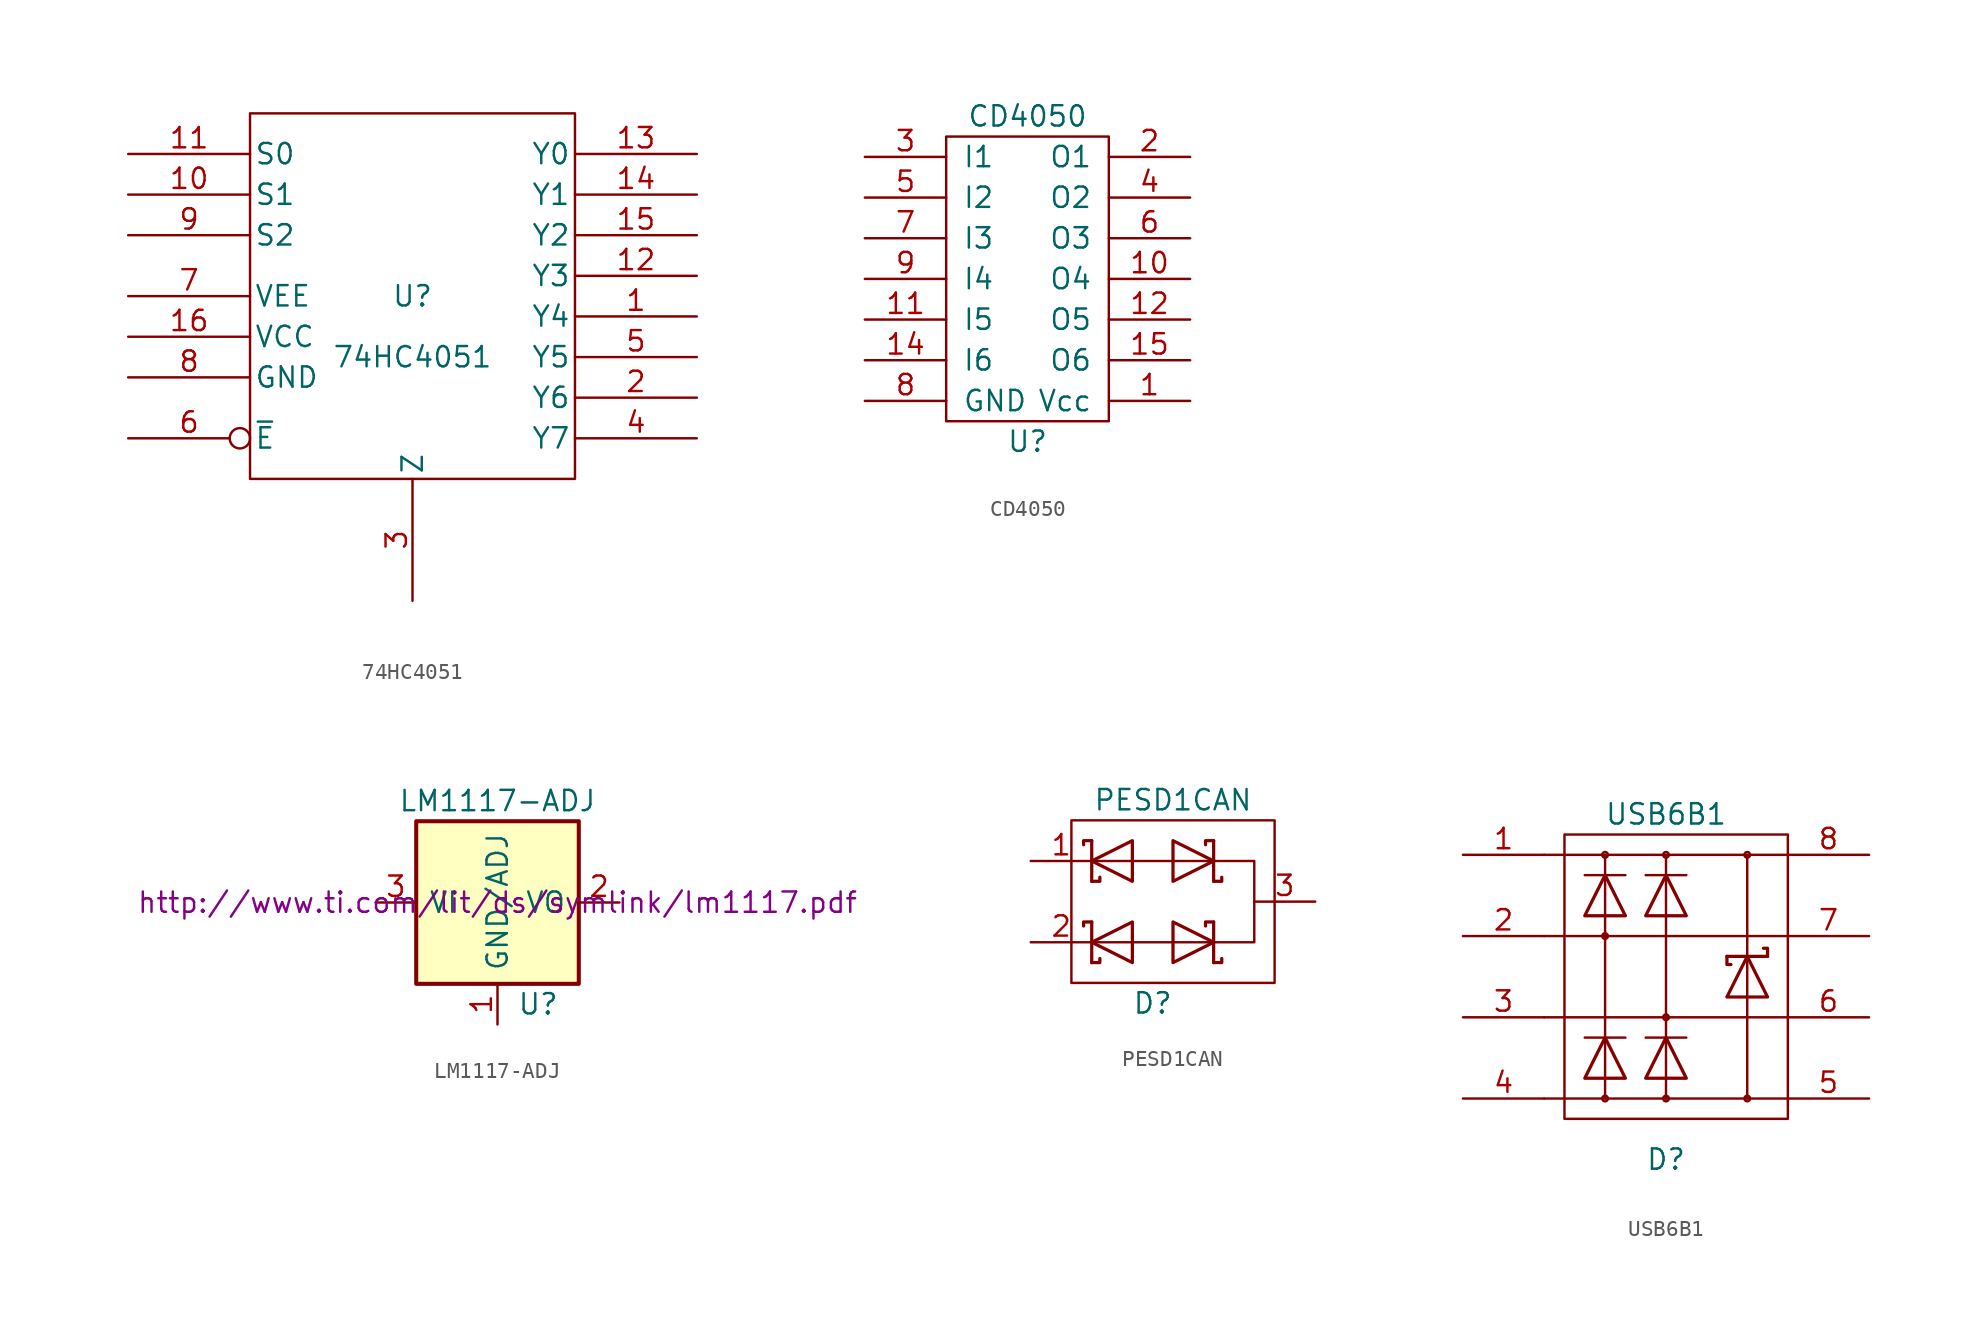
<source format=kicad_sym>
(kicad_symbol_lib
  (version 20231120)
  (generator "kicad_symbol_editor")
  (generator_version "8.99")
  (symbol "74HC4051"
    (pin_names
      (offset 0.254))
    (property "Reference" "U"
      (at 0 0 0)
      (effects (font (size 1.27 1.27))))
    (property "Value" "74HC4051"
      (at 0 -3.81 0)
      (effects (font (size 1.27 1.27))))
    (property "Footprint" ""
      (at 0 0 0)
      (effects (font (size 1.27 1.27))))
    (property "Datasheet" ""
      (at 0 0 0)
      (effects (font (size 1.27 1.27))))
    (symbol "74HC4051_0_1"
      (rectangle (start -10.16 11.43) (end 10.16 -11.43) (stroke (width 0) (type default)) (fill (type none))))
    (symbol "74HC4051_1_1"
      (pin bidirectional line (at 17.78 -1.27 180) (length 7.62) (name "Y4" (effects (font (size 1.27 1.27)))) (number "1" (effects (font (size 1.27 1.27)))))
      (pin input line (at -17.78 6.35 0) (length 7.62) (name "S1" (effects (font (size 1.27 1.27)))) (number "10" (effects (font (size 1.27 1.27)))))
      (pin input line (at -17.78 8.89 0) (length 7.62) (name "S0" (effects (font (size 1.27 1.27)))) (number "11" (effects (font (size 1.27 1.27)))))
      (pin bidirectional line (at 17.78 1.27 180) (length 7.62) (name "Y3" (effects (font (size 1.27 1.27)))) (number "12" (effects (font (size 1.27 1.27)))))
      (pin bidirectional line (at 17.78 8.89 180) (length 7.62) (name "Y0" (effects (font (size 1.27 1.27)))) (number "13" (effects (font (size 1.27 1.27)))))
      (pin bidirectional line (at 17.78 6.35 180) (length 7.62) (name "Y1" (effects (font (size 1.27 1.27)))) (number "14" (effects (font (size 1.27 1.27)))))
      (pin bidirectional line (at 17.78 3.81 180) (length 7.62) (name "Y2" (effects (font (size 1.27 1.27)))) (number "15" (effects (font (size 1.27 1.27)))))
      (pin power_in line (at -17.78 -2.54 0) (length 7.62) (name "VCC" (effects (font (size 1.27 1.27)))) (number "16" (effects (font (size 1.27 1.27)))))
      (pin bidirectional line (at 17.78 -6.35 180) (length 7.62) (name "Y6" (effects (font (size 1.27 1.27)))) (number "2" (effects (font (size 1.27 1.27)))))
      (pin bidirectional line (at 0 -19.05 90) (length 7.62) (name "Z" (effects (font (size 1.27 1.27)))) (number "3" (effects (font (size 1.27 1.27)))))
      (pin bidirectional line (at 17.78 -8.89 180) (length 7.62) (name "Y7" (effects (font (size 1.27 1.27)))) (number "4" (effects (font (size 1.27 1.27)))))
      (pin bidirectional line (at 17.78 -3.81 180) (length 7.62) (name "Y5" (effects (font (size 1.27 1.27)))) (number "5" (effects (font (size 1.27 1.27)))))
      (pin input inverted (at -17.78 -8.89 0) (length 7.62) (name "~{E}" (effects (font (size 1.27 1.27)))) (number "6" (effects (font (size 1.27 1.27)))))
      (pin power_in line (at -17.78 0 0) (length 7.62) (name "VEE" (effects (font (size 1.27 1.27)))) (number "7" (effects (font (size 1.27 1.27)))))
      (pin power_in line (at -17.78 -5.08 0) (length 7.62) (name "GND" (effects (font (size 1.27 1.27)))) (number "8" (effects (font (size 1.27 1.27)))))
      (pin input line (at -17.78 3.81 0) (length 7.62) (name "S2" (effects (font (size 1.27 1.27)))) (number "9" (effects (font (size 1.27 1.27)))))))
  (symbol "CD4050"
    (pin_names
      (offset 1.016))
    (property "Reference" "U"
      (at 0 -10.16 0)
      (effects (font (size 1.27 1.27))))
    (property "Value" "CD4050"
      (at 0 10.16 0)
      (effects (font (size 1.27 1.27))))
    (symbol "CD4050_0_1"
      (rectangle (start -5.08 8.89) (end 5.08 -8.89) (stroke (width 0) (type default)) (fill (type none))))
    (symbol "CD4050_1_1"
      (pin power_in line (at 10.16 -7.62 180) (length 5.08) (name "Vcc" (effects (font (size 1.27 1.27)))) (number "1" (effects (font (size 1.27 1.27)))))
      (pin output line (at 10.16 0 180) (length 5.08) (name "O4" (effects (font (size 1.27 1.27)))) (number "10" (effects (font (size 1.27 1.27)))))
      (pin input line (at -10.16 -2.54 0) (length 5.08) (name "I5" (effects (font (size 1.27 1.27)))) (number "11" (effects (font (size 1.27 1.27)))))
      (pin output line (at 10.16 -2.54 180) (length 5.08) (name "O5" (effects (font (size 1.27 1.27)))) (number "12" (effects (font (size 1.27 1.27)))))
      (pin input line (at -10.16 -5.08 0) (length 5.08) (name "I6" (effects (font (size 1.27 1.27)))) (number "14" (effects (font (size 1.27 1.27)))))
      (pin output line (at 10.16 -5.08 180) (length 5.08) (name "O6" (effects (font (size 1.27 1.27)))) (number "15" (effects (font (size 1.27 1.27)))))
      (pin output line (at 10.16 7.62 180) (length 5.08) (name "O1" (effects (font (size 1.27 1.27)))) (number "2" (effects (font (size 1.27 1.27)))))
      (pin input line (at -10.16 7.62 0) (length 5.08) (name "I1" (effects (font (size 1.27 1.27)))) (number "3" (effects (font (size 1.27 1.27)))))
      (pin output line (at 10.16 5.08 180) (length 5.08) (name "O2" (effects (font (size 1.27 1.27)))) (number "4" (effects (font (size 1.27 1.27)))))
      (pin input line (at -10.16 5.08 0) (length 5.08) (name "I2" (effects (font (size 1.27 1.27)))) (number "5" (effects (font (size 1.27 1.27)))))
      (pin output line (at 10.16 2.54 180) (length 5.08) (name "O3" (effects (font (size 1.27 1.27)))) (number "6" (effects (font (size 1.27 1.27)))))
      (pin input line (at -10.16 2.54 0) (length 5.08) (name "I3" (effects (font (size 1.27 1.27)))) (number "7" (effects (font (size 1.27 1.27)))))
      (pin power_in line (at -10.16 -7.62 0) (length 5.08) (name "GND" (effects (font (size 1.27 1.27)))) (number "8" (effects (font (size 1.27 1.27)))))
      (pin input line (at -10.16 0 0) (length 5.08) (name "I4" (effects (font (size 1.27 1.27)))) (number "9" (effects (font (size 1.27 1.27)))))))
  (symbol "LM1117-ADJ"
    (pin_names
      (offset 0.762))
    (property "Reference" "U"
      (at 2.54 -6.35 0)
      (effects (font (size 1.27 1.27))))
    (property "Value" "LM1117-ADJ"
      (at 0 6.35 0)
      (effects (font (size 1.27 1.27))))
    (property "Footprint" ""
      (at 0 0 0)
      (effects (font (size 1.27 1.27))))
    (property "Datasheet" "http://www.ti.com/lit/ds/symlink/lm1117.pdf"
      (at 0 0 0)
      (effects (font (size 1.27 1.27))))
    (symbol "LM1117-ADJ_0_1"
      (rectangle (start -5.08 -5.08) (end 5.08 5.08) (stroke (width 0.254) (type default)) (fill (type background))))
    (symbol "LM1117-ADJ_1_1"
      (pin power_in line (at 0 -7.62 90) (length 2.54) (name "GND/ADJ" (effects (font (size 1.27 1.27)))) (number "1" (effects (font (size 1.27 1.27)))))
      (pin power_out line (at 7.62 0 180) (length 2.54) (name "VO" (effects (font (size 1.27 1.27)))) (number "2" (effects (font (size 1.27 1.27)))))
      (pin power_in line (at -7.62 0 0) (length 2.54) (name "VI" (effects (font (size 1.27 1.27)))) (number "3" (effects (font (size 1.27 1.27)))))))
  (symbol "PESD1CAN"
    (pin_names
      (offset 0.762) hide)
    (property "Reference" "D"
      (at 0 -8.89 0)
      (effects (font (size 1.27 1.27))))
    (property "Value" "PESD1CAN"
      (at 1.27 3.81 0)
      (effects (font (size 1.27 1.27))))
    (property "Footprint" ""
      (at 0 0 0)
      (effects (font (size 1.27 1.27))))
    (property "Datasheet" ""
      (at 0 0 0)
      (effects (font (size 1.27 1.27))))
    (symbol "PESD1CAN_0_1"
      (rectangle (start -5.08 2.54) (end 7.62 -7.62) (stroke (width 0) (type default)) (fill (type none)))
      (polyline (pts (xy -3.556 -5.08) (xy 3.81 -5.08)) (stroke (width 0) (type default)) (fill (type none)))
      (polyline (pts (xy -3.556 0) (xy 3.81 0)) (stroke (width 0) (type default)) (fill (type none)))
      (polyline (pts (xy -3.81 -3.81) (xy -3.81 -6.35) (xy -3.81 -6.35)) (stroke (width 0.203) (type default)) (fill (type none)))
      (polyline (pts (xy -3.81 1.27) (xy -3.81 -1.27) (xy -3.81 -1.27)) (stroke (width 0.203) (type default)) (fill (type none)))
      (polyline (pts (xy 3.81 -3.81) (xy 3.81 -6.35) (xy 3.81 -6.35)) (stroke (width 0.203) (type default)) (fill (type none)))
      (polyline (pts (xy 3.81 1.27) (xy 3.81 -1.27) (xy 3.81 -1.27)) (stroke (width 0.203) (type default)) (fill (type none)))
      (polyline (pts (xy -3.81 -3.81) (xy -4.318 -3.81) (xy -4.318 -4.064) (xy -4.318 -4.064)) (stroke (width 0.203) (type default)) (fill (type none)))
      (polyline (pts (xy -3.81 1.27) (xy -4.318 1.27) (xy -4.318 1.016) (xy -4.318 1.016)) (stroke (width 0.203) (type default)) (fill (type none)))
      (polyline (pts (xy 3.81 -6.35) (xy 4.318 -6.35) (xy 4.318 -6.096) (xy 4.318 -6.096)) (stroke (width 0.203) (type default)) (fill (type none)))
      (polyline (pts (xy 3.81 -3.81) (xy 3.302 -3.81) (xy 3.302 -4.064) (xy 3.302 -4.064)) (stroke (width 0.203) (type default)) (fill (type none)))
      (polyline (pts (xy 3.81 -1.27) (xy 4.318 -1.27) (xy 4.318 -1.016) (xy 4.318 -1.016)) (stroke (width 0.203) (type default)) (fill (type none)))
      (polyline (pts (xy 3.81 0) (xy 6.35 0) (xy 6.35 -5.08) (xy 3.81 -5.08)) (stroke (width 0) (type default)) (fill (type none)))
      (polyline (pts (xy 3.81 1.27) (xy 3.302 1.27) (xy 3.302 1.016) (xy 3.302 1.016)) (stroke (width 0.203) (type default)) (fill (type none)))
      (polyline (pts (xy -3.302 -6.096) (xy -3.302 -6.35) (xy -3.81 -6.35) (xy -3.81 -6.35) (xy -3.81 -6.35)) (stroke (width 0.203) (type default)) (fill (type none)))
      (polyline (pts (xy -3.302 -1.016) (xy -3.302 -1.27) (xy -3.81 -1.27) (xy -3.81 -1.27) (xy -3.81 -1.27)) (stroke (width 0.203) (type default)) (fill (type none)))
      (polyline (pts (xy -1.27 -6.35) (xy -3.81 -5.08) (xy -1.27 -3.81) (xy -1.27 -6.35) (xy -1.27 -6.35) (xy -1.27 -6.35)) (stroke (width 0.203) (type default)) (fill (type none)))
      (polyline (pts (xy -1.27 -1.27) (xy -3.81 0) (xy -1.27 1.27) (xy -1.27 -1.27) (xy -1.27 -1.27) (xy -1.27 -1.27)) (stroke (width 0.203) (type default)) (fill (type none)))
      (polyline (pts (xy 1.27 -3.81) (xy 3.81 -5.08) (xy 1.27 -6.35) (xy 1.27 -3.81) (xy 1.27 -3.81) (xy 1.27 -3.81)) (stroke (width 0.203) (type default)) (fill (type none)))
      (polyline (pts (xy 1.27 1.27) (xy 3.81 0) (xy 1.27 -1.27) (xy 1.27 1.27) (xy 1.27 1.27) (xy 1.27 1.27)) (stroke (width 0.203) (type default)) (fill (type none)))
      (pin passive line (at -7.62 0 0) (length 3.81) (name "K" (effects (font (size 1.27 1.27)))) (number "1" (effects (font (size 1.27 1.27)))))
      (pin passive line (at -7.62 -5.08 0) (length 3.81) (name "K" (effects (font (size 1.27 1.27)))) (number "2" (effects (font (size 1.27 1.27)))))
      (pin passive line (at 10.16 -2.54 180) (length 3.81) (name "O" (effects (font (size 1.27 1.27)))) (number "3" (effects (font (size 1.27 1.27)))))))
  (symbol "USB6B1"
    (pin_names
      (offset 0.762) hide)
    (property "Reference" "D"
      (at 0 -11.43 0)
      (effects (font (size 1.27 1.27))))
    (property "Value" "USB6B1"
      (at 0 10.16 0)
      (effects (font (size 1.27 1.27))))
    (property "Footprint" ""
      (at 5.08 -2.54 90)
      (effects (font (size 1.27 1.27))))
    (property "Datasheet" ""
      (at 5.08 -2.54 90)
      (effects (font (size 1.27 1.27))))
    (symbol "USB6B1_0_1"
      (rectangle (start -7.62 -2.54) (end 7.62 -2.54) (stroke (width 0) (type default)) (fill (type none)))
      (rectangle (start -7.62 7.62) (end 7.62 7.62) (stroke (width 0) (type default)) (fill (type none)))
      (rectangle (start -5.08 -3.81) (end -2.54 -3.81) (stroke (width 0) (type default)) (fill (type none)))
      (rectangle (start -5.08 6.35) (end -2.54 6.35) (stroke (width 0) (type default)) (fill (type none)))
      (circle (center -3.81 -7.62) (radius 0.178) (stroke (width 0) (type default)) (fill (type none)))
      (circle (center -3.81 2.54) (radius 0.178) (stroke (width 0) (type default)) (fill (type none)))
      (rectangle (start -3.81 7.62) (end -3.81 -7.62) (stroke (width 0) (type default)) (fill (type none)))
      (circle (center -3.81 7.62) (radius 0.178) (stroke (width 0) (type default)) (fill (type none)))
      (rectangle (start -1.27 -3.81) (end 1.27 -3.81) (stroke (width 0) (type default)) (fill (type none)))
      (rectangle (start -1.27 6.35) (end 1.27 6.35) (stroke (width 0) (type default)) (fill (type none)))
      (circle (center 0 -7.62) (radius 0.178) (stroke (width 0) (type default)) (fill (type none)))
      (circle (center 0 -2.54) (radius 0.178) (stroke (width 0) (type default)) (fill (type none)))
      (polyline (pts (xy 3.81 1.27) (xy 6.35 1.27) (xy 6.35 1.27)) (stroke (width 0.203) (type default)) (fill (type none)))
      (polyline (pts (xy 3.81 1.27) (xy 3.81 0.762) (xy 4.064 0.762) (xy 4.064 0.762)) (stroke (width 0.203) (type default)) (fill (type none)))
      (polyline (pts (xy 6.35 1.27) (xy 6.35 1.778) (xy 6.096 1.778) (xy 6.096 1.778)) (stroke (width 0.203) (type default)) (fill (type none)))
      (polyline (pts (xy -6.35 8.89) (xy 7.62 8.89) (xy 7.62 -8.89) (xy -6.35 -8.89) (xy -6.35 8.89)) (stroke (width 0) (type default)) (fill (type none)))
      (polyline (pts (xy -5.08 -6.35) (xy -3.81 -3.81) (xy -2.54 -6.35) (xy -5.08 -6.35) (xy -5.08 -6.35) (xy -5.08 -6.35)) (stroke (width 0.203) (type default)) (fill (type none)))
      (polyline (pts (xy -5.08 3.81) (xy -3.81 6.35) (xy -2.54 3.81) (xy -5.08 3.81) (xy -5.08 3.81) (xy -5.08 3.81)) (stroke (width 0.203) (type default)) (fill (type none)))
      (polyline (pts (xy -1.27 -6.35) (xy 0 -3.81) (xy 1.27 -6.35) (xy -1.27 -6.35) (xy -1.27 -6.35) (xy -1.27 -6.35)) (stroke (width 0.203) (type default)) (fill (type none)))
      (polyline (pts (xy -1.27 3.81) (xy 0 6.35) (xy 1.27 3.81) (xy -1.27 3.81) (xy -1.27 3.81) (xy -1.27 3.81)) (stroke (width 0.203) (type default)) (fill (type none)))
      (polyline (pts (xy 3.81 -1.27) (xy 5.08 1.27) (xy 6.35 -1.27) (xy 3.81 -1.27) (xy 3.81 -1.27) (xy 3.81 -1.27)) (stroke (width 0.203) (type default)) (fill (type none)))
      (rectangle (start 0 7.62) (end 0 -7.62) (stroke (width 0) (type default)) (fill (type none)))
      (circle (center 0 7.62) (radius 0.178) (stroke (width 0) (type default)) (fill (type none)))
      (circle (center 5.08 -7.62) (radius 0.178) (stroke (width 0) (type default)) (fill (type none)))
      (rectangle (start 5.08 7.62) (end 5.08 -7.62) (stroke (width 0) (type default)) (fill (type none)))
      (circle (center 5.08 7.62) (radius 0.178) (stroke (width 0) (type default)) (fill (type none)))
      (rectangle (start 7.62 -7.62) (end -7.62 -7.62) (stroke (width 0) (type default)) (fill (type none)))
      (rectangle (start 7.62 2.54) (end -7.62 2.54) (stroke (width 0) (type default)) (fill (type none))))
    (symbol "USB6B1_1_1"
      (pin passive line (at -12.7 7.62 0) (length 5.08) (name "VCC" (effects (font (size 1.27 1.27)))) (number "1" (effects (font (size 1.27 1.27)))))
      (pin passive line (at -12.7 2.54 0) (length 5.08) (name "I/O1" (effects (font (size 1.27 1.27)))) (number "2" (effects (font (size 1.27 1.27)))))
      (pin passive line (at -12.7 -2.54 0) (length 5.08) (name "I/O2" (effects (font (size 1.27 1.27)))) (number "3" (effects (font (size 1.27 1.27)))))
      (pin passive line (at -12.7 -7.62 0) (length 5.08) (name "GND" (effects (font (size 1.27 1.27)))) (number "4" (effects (font (size 1.27 1.27)))))
      (pin passive line (at 12.7 -7.62 180) (length 5.08) (name "GND" (effects (font (size 1.27 1.27)))) (number "5" (effects (font (size 1.27 1.27)))))
      (pin passive line (at 12.7 -2.54 180) (length 5.08) (name "I/O2" (effects (font (size 1.27 1.27)))) (number "6" (effects (font (size 1.27 1.27)))))
      (pin passive line (at 12.7 2.54 180) (length 5.08) (name "I/O1" (effects (font (size 1.27 1.27)))) (number "7" (effects (font (size 1.27 1.27)))))
      (pin passive line (at 12.7 7.62 180) (length 5.08) (name "VCC" (effects (font (size 1.27 1.27)))) (number "8" (effects (font (size 1.27 1.27))))))))
</source>
